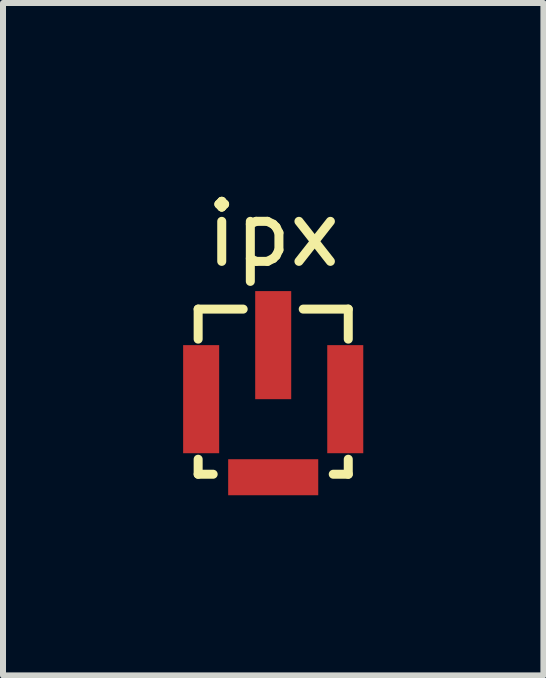
<source format=kicad_pcb>
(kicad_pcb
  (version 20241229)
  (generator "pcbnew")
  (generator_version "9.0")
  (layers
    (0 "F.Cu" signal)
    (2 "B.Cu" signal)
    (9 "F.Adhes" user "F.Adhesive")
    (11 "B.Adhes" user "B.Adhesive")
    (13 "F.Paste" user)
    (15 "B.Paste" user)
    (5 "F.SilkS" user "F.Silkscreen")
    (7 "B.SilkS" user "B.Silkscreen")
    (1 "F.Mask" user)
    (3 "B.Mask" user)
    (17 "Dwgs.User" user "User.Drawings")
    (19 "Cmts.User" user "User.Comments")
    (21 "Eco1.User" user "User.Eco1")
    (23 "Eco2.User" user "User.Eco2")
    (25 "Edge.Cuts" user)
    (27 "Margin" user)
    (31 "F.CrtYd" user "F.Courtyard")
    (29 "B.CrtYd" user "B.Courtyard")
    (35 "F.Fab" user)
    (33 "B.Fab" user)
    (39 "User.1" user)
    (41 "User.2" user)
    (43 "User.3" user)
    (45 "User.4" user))
  (footprint "ipx"
    (layer "F.Cu")
    (at 1.5 3.598)
    (property "Reference" "ipx" (at 0 -2.75 0) (layer "F.SilkS") (effects (font (size 1 1) (thickness 0.15))))
    (attr through_hole)
    (fp_line (start -1.25 -1.5) (end -1.25 -1) (stroke (width 0.15) (type solid)) (layer "F.SilkS"))
    (fp_line (start -1.25 1) (end -1.25 1.25) (stroke (width 0.15) (type solid)) (layer "F.SilkS"))
    (fp_line (start -1.25 1.25) (end -1 1.25) (stroke (width 0.15) (type solid)) (layer "F.SilkS"))
    (fp_line (start -0.5 -1.5) (end -1.25 -1.5) (stroke (width 0.15) (type solid)) (layer "F.SilkS"))
    (fp_line (start 1.25 -1.5) (end 0.5 -1.5) (stroke (width 0.15) (type solid)) (layer "F.SilkS"))
    (fp_line (start 1.25 -1) (end 1.25 -1.5) (stroke (width 0.15) (type solid)) (layer "F.SilkS"))
    (fp_line (start 1.25 1) (end 1.25 1.25) (stroke (width 0.15) (type solid)) (layer "F.SilkS"))
    (fp_line (start 1.25 1.25) (end 1 1.25) (stroke (width 0.15) (type solid)) (layer "F.SilkS"))
    (pad "1" smd rect (at 0 -0.9) (size 0.6 1.8) (layers "F.Cu" "F.Mask" "F.Paste"))
    (pad "2" smd rect (at -1.2 0) (size 0.6 1.8) (layers "F.Cu" "F.Mask" "F.Paste"))
    (pad "3" smd rect (at 1.2 0) (size 0.6 1.8) (layers "F.Cu" "F.Mask" "F.Paste"))
    (pad "4" smd rect (at 0 1.3) (size 1.5 0.6) (layers "F.Cu" "F.Mask" "F.Paste")))
  (gr_rect
    (start -3 -3)
    (end 6 8.198)
    (stroke (width 0.1) (type default))
    (fill no)
    (layer "Edge.Cuts")))
</source>
